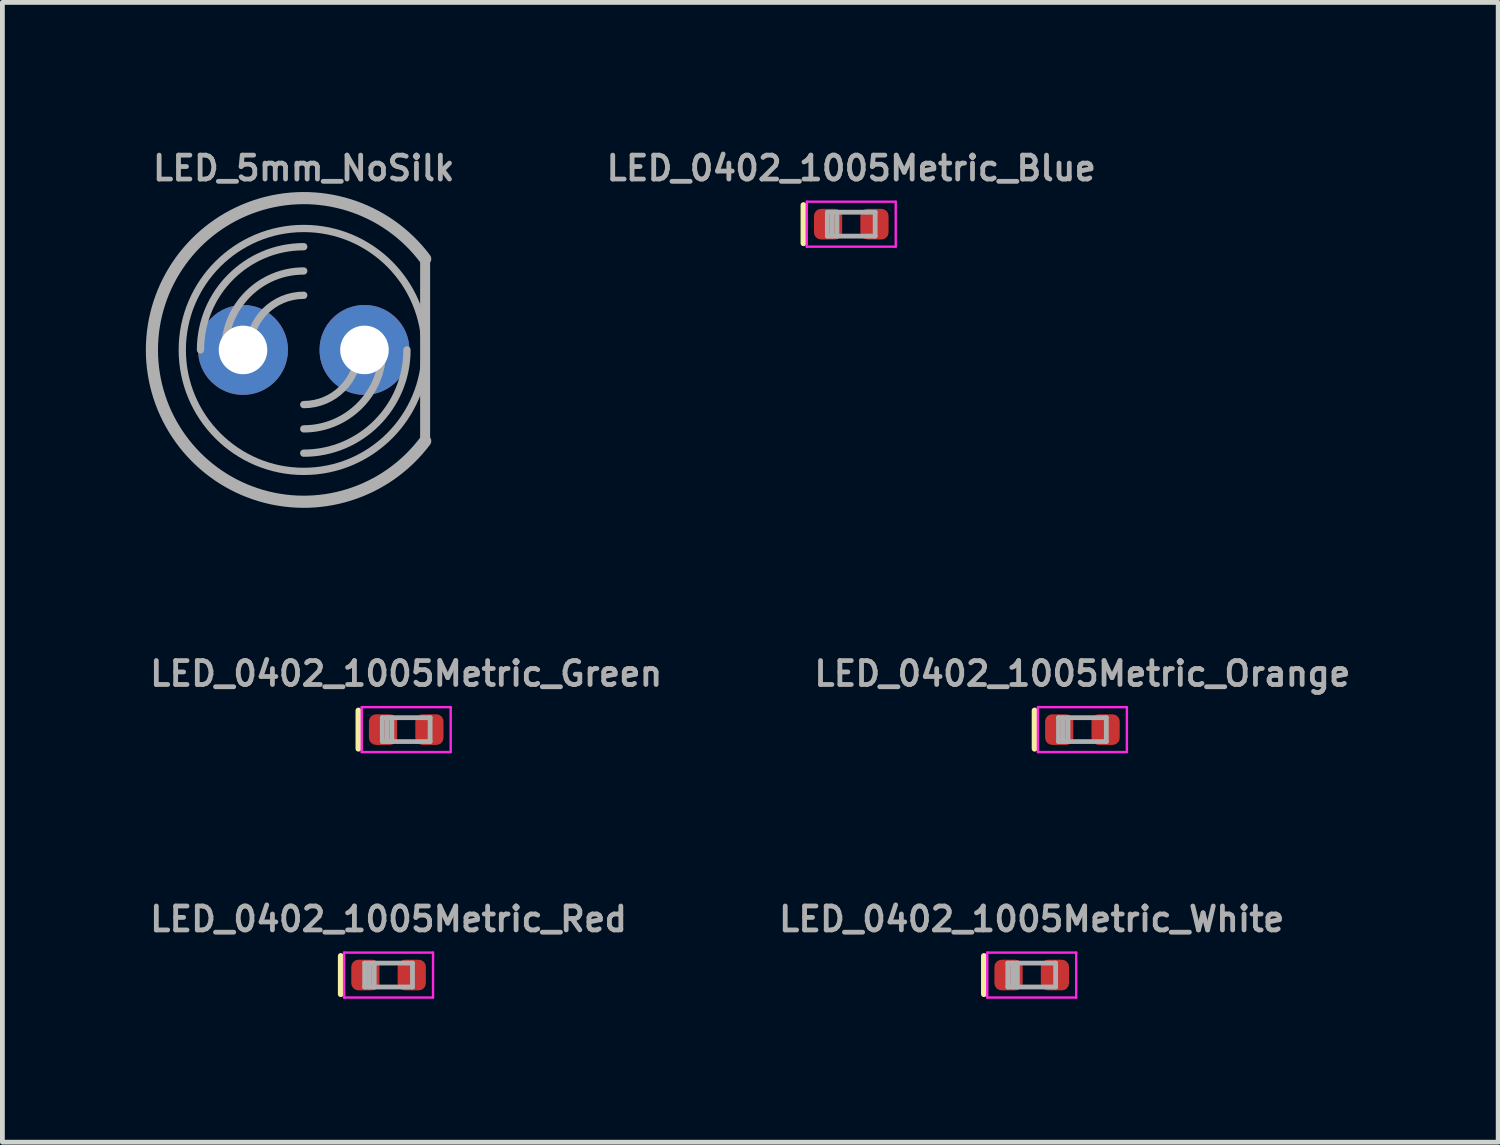
<source format=kicad_pcb>
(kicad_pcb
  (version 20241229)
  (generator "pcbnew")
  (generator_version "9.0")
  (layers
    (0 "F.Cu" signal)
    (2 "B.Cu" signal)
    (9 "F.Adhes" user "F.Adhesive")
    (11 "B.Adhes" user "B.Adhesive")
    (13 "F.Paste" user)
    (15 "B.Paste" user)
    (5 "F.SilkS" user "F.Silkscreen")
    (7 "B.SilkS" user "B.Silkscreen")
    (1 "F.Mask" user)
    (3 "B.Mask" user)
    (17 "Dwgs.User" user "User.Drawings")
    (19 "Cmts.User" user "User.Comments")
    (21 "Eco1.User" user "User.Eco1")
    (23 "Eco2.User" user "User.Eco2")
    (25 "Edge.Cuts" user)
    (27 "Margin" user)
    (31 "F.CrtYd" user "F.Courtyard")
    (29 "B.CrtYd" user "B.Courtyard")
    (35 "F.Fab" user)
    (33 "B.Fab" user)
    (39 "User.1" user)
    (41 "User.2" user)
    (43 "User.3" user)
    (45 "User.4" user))
  (footprint "LED_5mm_NoSilk"
    (layer "F.Cu")
    (at 3.302 4.268)
    (property "Reference" "LED_5mm_NoSilk" (at 0 -3.8 0) (unlocked yes) (layer "F.Fab") (effects (font (size 0.5 0.5) (thickness 0.1))))
    (attr through_hole)
    (fp_line (start 2.54 1.905) (end 2.54 -1.905) (stroke (width 0.203) (type solid)) (layer "F.Fab"))
    (fp_line (start 2.54 1.905) (end 2.54 -1.905) (stroke (width 0.203) (type solid)) (layer "F.Fab"))
    (fp_arc (start -2.159 0) (mid -1.526644 -1.526644) (end 0 -2.159) (stroke (width 0.1524) (type solid)) (layer "F.Fab"))
    (fp_arc (start -1.651 0) (mid -1.167433 -1.167433) (end 0 -1.651) (stroke (width 0.1524) (type solid)) (layer "F.Fab"))
    (fp_arc (start -1.143 0) (mid -0.808223 -0.808223) (end 0 -1.143) (stroke (width 0.1524) (type solid)) (layer "F.Fab"))
    (fp_arc (start 1.143 0) (mid 0.808223 0.808223) (end 0 1.143) (stroke (width 0.1524) (type solid)) (layer "F.Fab"))
    (fp_arc (start 1.651 0) (mid 1.167433 1.167433) (end 0 1.651) (stroke (width 0.1524) (type solid)) (layer "F.Fab"))
    (fp_arc (start 2.159 0) (mid 1.526644 1.526644) (end 0 2.159) (stroke (width 0.1524) (type solid)) (layer "F.Fab"))
    (fp_arc (start 2.54 1.905) (mid -3.175 0) (end 2.54 -1.905) (stroke (width 0.254) (type solid)) (layer "F.Fab"))
    (fp_circle (center 0 0) (end 2.54 0) (stroke (width 0.152) (type solid)) (fill no) (layer "F.Fab"))
    (pad "1" thru_hole circle (at 1.27 0) (size 1.88 1.88) (drill 1.016) (layers "*.Cu" "*.Mask"))
    (pad "2" thru_hole circle (at -1.27 0) (size 1.88 1.88) (drill 1.016) (layers "*.Cu" "*.Mask")))
  (footprint "LED_0402_1005Metric_Orange"
    (layer "F.Cu")
    (at 19.586 12.208)
    (property "Reference" "LED_0402_1005Metric_Orange" (at 0 -1.17 0) (layer "F.Fab") (effects (font (size 0.5 0.5) (thickness 0.1))))
    (attr smd)
    (fp_line (start -1 -0.4) (end -1 0.4) (stroke (width 0.12) (type solid)) (layer "F.SilkS"))
    (fp_line (start -0.93 -0.47) (end 0.93 -0.47) (stroke (width 0.05) (type solid)) (layer "F.CrtYd"))
    (fp_line (start -0.93 0.47) (end -0.93 -0.47) (stroke (width 0.05) (type solid)) (layer "F.CrtYd"))
    (fp_line (start 0.93 -0.47) (end 0.93 0.47) (stroke (width 0.05) (type solid)) (layer "F.CrtYd"))
    (fp_line (start 0.93 0.47) (end -0.93 0.47) (stroke (width 0.05) (type solid)) (layer "F.CrtYd"))
    (fp_line (start -0.5 -0.25) (end 0.5 -0.25) (stroke (width 0.1) (type solid)) (layer "F.Fab"))
    (fp_line (start -0.5 0.25) (end -0.5 -0.25) (stroke (width 0.1) (type solid)) (layer "F.Fab"))
    (fp_line (start -0.4 0.25) (end -0.4 -0.25) (stroke (width 0.1) (type solid)) (layer "F.Fab"))
    (fp_line (start -0.3 0.25) (end -0.3 -0.25) (stroke (width 0.1) (type solid)) (layer "F.Fab"))
    (fp_line (start 0.5 -0.25) (end 0.5 0.25) (stroke (width 0.1) (type solid)) (layer "F.Fab"))
    (fp_line (start 0.5 0.25) (end -0.5 0.25) (stroke (width 0.1) (type solid)) (layer "F.Fab"))
    (pad "1" smd roundrect (at -0.485 0) (size 0.59 0.64) (layers "F.Cu" "F.Mask" "F.Paste") (roundrect_rratio 0.25))
    (pad "2" smd roundrect (at 0.485 0) (size 0.59 0.64) (layers "F.Cu" "F.Mask" "F.Paste") (roundrect_rratio 0.25)))
  (footprint "LED_0402_1005Metric_Red"
    (layer "F.Cu")
    (at 5.076 17.341)
    (property "Reference" "LED_0402_1005Metric_Red" (at 0 -1.17 0) (layer "F.Fab") (effects (font (size 0.5 0.5) (thickness 0.1))))
    (attr smd)
    (fp_line (start -1 -0.4) (end -1 0.4) (stroke (width 0.12) (type solid)) (layer "F.SilkS"))
    (fp_line (start -0.93 -0.47) (end 0.93 -0.47) (stroke (width 0.05) (type solid)) (layer "F.CrtYd"))
    (fp_line (start -0.93 0.47) (end -0.93 -0.47) (stroke (width 0.05) (type solid)) (layer "F.CrtYd"))
    (fp_line (start 0.93 -0.47) (end 0.93 0.47) (stroke (width 0.05) (type solid)) (layer "F.CrtYd"))
    (fp_line (start 0.93 0.47) (end -0.93 0.47) (stroke (width 0.05) (type solid)) (layer "F.CrtYd"))
    (fp_line (start -0.5 -0.25) (end 0.5 -0.25) (stroke (width 0.1) (type solid)) (layer "F.Fab"))
    (fp_line (start -0.5 0.25) (end -0.5 -0.25) (stroke (width 0.1) (type solid)) (layer "F.Fab"))
    (fp_line (start -0.4 0.25) (end -0.4 -0.25) (stroke (width 0.1) (type solid)) (layer "F.Fab"))
    (fp_line (start -0.3 0.25) (end -0.3 -0.25) (stroke (width 0.1) (type solid)) (layer "F.Fab"))
    (fp_line (start 0.5 -0.25) (end 0.5 0.25) (stroke (width 0.1) (type solid)) (layer "F.Fab"))
    (fp_line (start 0.5 0.25) (end -0.5 0.25) (stroke (width 0.1) (type solid)) (layer "F.Fab"))
    (pad "1" smd roundrect (at -0.485 0) (size 0.59 0.64) (layers "F.Cu" "F.Mask" "F.Paste") (roundrect_rratio 0.25))
    (pad "2" smd roundrect (at 0.485 0) (size 0.59 0.64) (layers "F.Cu" "F.Mask" "F.Paste") (roundrect_rratio 0.25)))
  (footprint "LED_0402_1005Metric_Blue"
    (layer "F.Cu")
    (at 14.752 1.638)
    (property "Reference" "LED_0402_1005Metric_Blue" (at 0 -1.17 0) (layer "F.Fab") (effects (font (size 0.5 0.5) (thickness 0.1))))
    (attr smd)
    (fp_line (start -1 -0.4) (end -1 0.4) (stroke (width 0.12) (type solid)) (layer "F.SilkS"))
    (fp_line (start -0.93 -0.47) (end 0.93 -0.47) (stroke (width 0.05) (type solid)) (layer "F.CrtYd"))
    (fp_line (start -0.93 0.47) (end -0.93 -0.47) (stroke (width 0.05) (type solid)) (layer "F.CrtYd"))
    (fp_line (start 0.93 -0.47) (end 0.93 0.47) (stroke (width 0.05) (type solid)) (layer "F.CrtYd"))
    (fp_line (start 0.93 0.47) (end -0.93 0.47) (stroke (width 0.05) (type solid)) (layer "F.CrtYd"))
    (fp_line (start -0.5 -0.25) (end 0.5 -0.25) (stroke (width 0.1) (type solid)) (layer "F.Fab"))
    (fp_line (start -0.5 0.25) (end -0.5 -0.25) (stroke (width 0.1) (type solid)) (layer "F.Fab"))
    (fp_line (start -0.4 0.25) (end -0.4 -0.25) (stroke (width 0.1) (type solid)) (layer "F.Fab"))
    (fp_line (start -0.3 0.25) (end -0.3 -0.25) (stroke (width 0.1) (type solid)) (layer "F.Fab"))
    (fp_line (start 0.5 -0.25) (end 0.5 0.25) (stroke (width 0.1) (type solid)) (layer "F.Fab"))
    (fp_line (start 0.5 0.25) (end -0.5 0.25) (stroke (width 0.1) (type solid)) (layer "F.Fab"))
    (pad "1" smd roundrect (at -0.485 0) (size 0.59 0.64) (layers "F.Cu" "F.Mask" "F.Paste") (roundrect_rratio 0.25))
    (pad "2" smd roundrect (at 0.485 0) (size 0.59 0.64) (layers "F.Cu" "F.Mask" "F.Paste") (roundrect_rratio 0.25)))
  (footprint "LED_0402_1005Metric_White"
    (layer "F.Cu")
    (at 18.526 17.341)
    (property "Reference" "LED_0402_1005Metric_White" (at 0 -1.17 0) (layer "F.Fab") (effects (font (size 0.5 0.5) (thickness 0.1))))
    (attr smd)
    (fp_line (start -1 -0.4) (end -1 0.4) (stroke (width 0.12) (type solid)) (layer "F.SilkS"))
    (fp_line (start -0.93 -0.47) (end 0.93 -0.47) (stroke (width 0.05) (type solid)) (layer "F.CrtYd"))
    (fp_line (start -0.93 0.47) (end -0.93 -0.47) (stroke (width 0.05) (type solid)) (layer "F.CrtYd"))
    (fp_line (start 0.93 -0.47) (end 0.93 0.47) (stroke (width 0.05) (type solid)) (layer "F.CrtYd"))
    (fp_line (start 0.93 0.47) (end -0.93 0.47) (stroke (width 0.05) (type solid)) (layer "F.CrtYd"))
    (fp_line (start -0.5 -0.25) (end 0.5 -0.25) (stroke (width 0.1) (type solid)) (layer "F.Fab"))
    (fp_line (start -0.5 0.25) (end -0.5 -0.25) (stroke (width 0.1) (type solid)) (layer "F.Fab"))
    (fp_line (start -0.4 0.25) (end -0.4 -0.25) (stroke (width 0.1) (type solid)) (layer "F.Fab"))
    (fp_line (start -0.3 0.25) (end -0.3 -0.25) (stroke (width 0.1) (type solid)) (layer "F.Fab"))
    (fp_line (start 0.5 -0.25) (end 0.5 0.25) (stroke (width 0.1) (type solid)) (layer "F.Fab"))
    (fp_line (start 0.5 0.25) (end -0.5 0.25) (stroke (width 0.1) (type solid)) (layer "F.Fab"))
    (pad "1" smd roundrect (at -0.485 0) (size 0.59 0.64) (layers "F.Cu" "F.Mask" "F.Paste") (roundrect_rratio 0.25))
    (pad "2" smd roundrect (at 0.485 0) (size 0.59 0.64) (layers "F.Cu" "F.Mask" "F.Paste") (roundrect_rratio 0.25)))
  (footprint "LED_0402_1005Metric_Green"
    (layer "F.Cu")
    (at 5.445 12.208)
    (property "Reference" "LED_0402_1005Metric_Green" (at 0 -1.17 0) (layer "F.Fab") (effects (font (size 0.5 0.5) (thickness 0.1))))
    (attr smd)
    (fp_line (start -1 -0.4) (end -1 0.4) (stroke (width 0.12) (type solid)) (layer "F.SilkS"))
    (fp_line (start -0.93 -0.47) (end 0.93 -0.47) (stroke (width 0.05) (type solid)) (layer "F.CrtYd"))
    (fp_line (start -0.93 0.47) (end -0.93 -0.47) (stroke (width 0.05) (type solid)) (layer "F.CrtYd"))
    (fp_line (start 0.93 -0.47) (end 0.93 0.47) (stroke (width 0.05) (type solid)) (layer "F.CrtYd"))
    (fp_line (start 0.93 0.47) (end -0.93 0.47) (stroke (width 0.05) (type solid)) (layer "F.CrtYd"))
    (fp_line (start -0.5 -0.25) (end 0.5 -0.25) (stroke (width 0.1) (type solid)) (layer "F.Fab"))
    (fp_line (start -0.5 0.25) (end -0.5 -0.25) (stroke (width 0.1) (type solid)) (layer "F.Fab"))
    (fp_line (start -0.4 0.25) (end -0.4 -0.25) (stroke (width 0.1) (type solid)) (layer "F.Fab"))
    (fp_line (start -0.3 0.25) (end -0.3 -0.25) (stroke (width 0.1) (type solid)) (layer "F.Fab"))
    (fp_line (start 0.5 -0.25) (end 0.5 0.25) (stroke (width 0.1) (type solid)) (layer "F.Fab"))
    (fp_line (start 0.5 0.25) (end -0.5 0.25) (stroke (width 0.1) (type solid)) (layer "F.Fab"))
    (pad "1" smd roundrect (at -0.485 0) (size 0.59 0.64) (layers "F.Cu" "F.Mask" "F.Paste") (roundrect_rratio 0.25))
    (pad "2" smd roundrect (at 0.485 0) (size 0.59 0.64) (layers "F.Cu" "F.Mask" "F.Paste") (roundrect_rratio 0.25)))
  (gr_rect
    (start -3 -3)
    (end 28.281 20.836)
    (stroke (width 0.1) (type default))
    (fill no)
    (layer "Edge.Cuts")))
</source>
